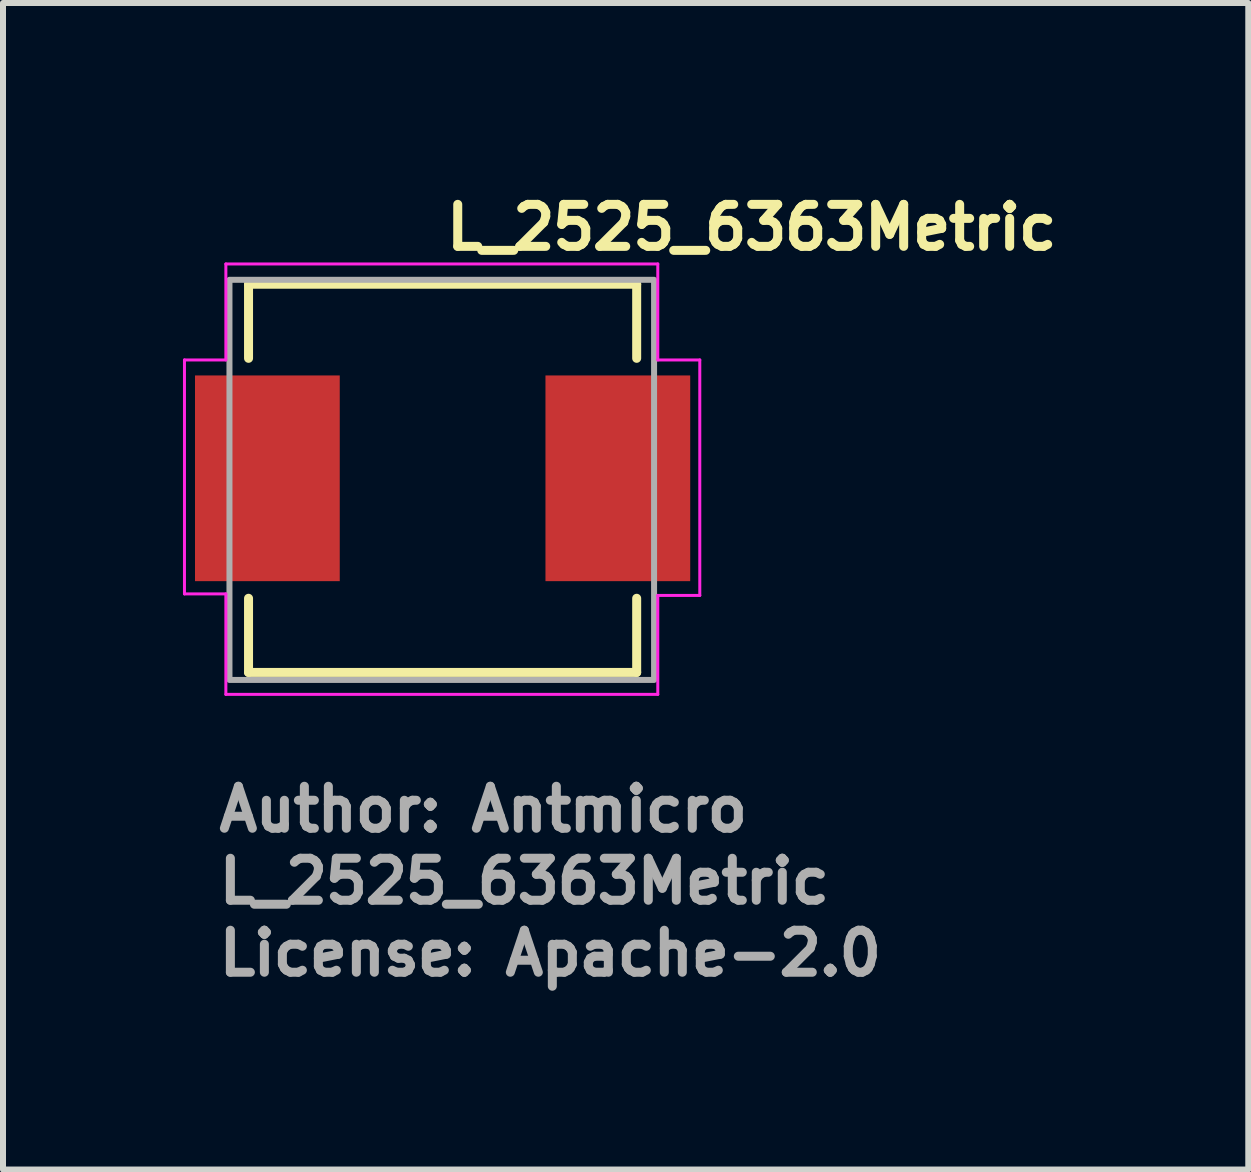
<source format=kicad_pcb>
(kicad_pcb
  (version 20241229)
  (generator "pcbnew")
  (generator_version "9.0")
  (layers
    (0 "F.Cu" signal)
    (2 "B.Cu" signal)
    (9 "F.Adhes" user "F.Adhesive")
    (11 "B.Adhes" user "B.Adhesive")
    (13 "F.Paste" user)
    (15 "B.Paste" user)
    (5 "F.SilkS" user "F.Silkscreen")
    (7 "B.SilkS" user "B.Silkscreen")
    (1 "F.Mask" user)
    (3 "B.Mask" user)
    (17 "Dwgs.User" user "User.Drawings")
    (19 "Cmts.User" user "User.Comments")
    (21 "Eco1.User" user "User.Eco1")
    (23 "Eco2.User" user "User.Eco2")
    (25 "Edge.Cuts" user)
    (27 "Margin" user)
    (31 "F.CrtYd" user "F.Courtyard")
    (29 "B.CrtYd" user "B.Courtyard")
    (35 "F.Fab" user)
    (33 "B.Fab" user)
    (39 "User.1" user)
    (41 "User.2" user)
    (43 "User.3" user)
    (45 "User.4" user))
  (footprint "L_2525_6363Metric"
    (layer "F.Cu")
    (at 4.315 4.95)
    (property "Reference" "L_2525_6363Metric" (at 0 -3.8 0) (layer "F.SilkS") (effects (font (size 0.7 0.7) (thickness 0.15)) (justify left bottom)))
    (attr smd)
    (fp_line (start -3.222 -3.262) (end -3.222 -2.027) (stroke (width 0.15) (type solid)) (layer "F.SilkS"))
    (fp_line (start -3.222 -3.262) (end 3.248 -3.262) (stroke (width 0.15) (type solid)) (layer "F.SilkS"))
    (fp_line (start -3.222 3.209) (end -3.222 1.973) (stroke (width 0.15) (type solid)) (layer "F.SilkS"))
    (fp_line (start 3.248 -3.262) (end 3.248 -2.027) (stroke (width 0.15) (type solid)) (layer "F.SilkS"))
    (fp_line (start 3.248 3.209) (end -3.222 3.209) (stroke (width 0.15) (type solid)) (layer "F.SilkS"))
    (fp_line (start 3.248 3.209) (end 3.248 1.973) (stroke (width 0.15) (type solid)) (layer "F.SilkS"))
    (fp_line (start -4.29 -2) (end -4.29 1.9) (stroke (width 0.05) (type solid)) (layer "F.CrtYd"))
    (fp_line (start -4.29 -2) (end -3.6 -2) (stroke (width 0.05) (type solid)) (layer "F.CrtYd"))
    (fp_line (start -4.29 1.9) (end -3.6 1.9) (stroke (width 0.05) (type solid)) (layer "F.CrtYd"))
    (fp_line (start -3.6 -2) (end -3.6 -3.6) (stroke (width 0.05) (type solid)) (layer "F.CrtYd"))
    (fp_line (start -3.6 1.9) (end -3.6 3.575) (stroke (width 0.05) (type solid)) (layer "F.CrtYd"))
    (fp_line (start 3.6 -3.6) (end -3.6 -3.6) (stroke (width 0.05) (type solid)) (layer "F.CrtYd"))
    (fp_line (start 3.6 -2) (end 3.6 -3.6) (stroke (width 0.05) (type solid)) (layer "F.CrtYd"))
    (fp_line (start 3.6 1.925) (end 3.6 3.575) (stroke (width 0.05) (type solid)) (layer "F.CrtYd"))
    (fp_line (start 3.6 3.575) (end -3.6 3.575) (stroke (width 0.05) (type solid)) (layer "F.CrtYd"))
    (fp_line (start 4.3 -2) (end 3.6 -2) (stroke (width 0.05) (type solid)) (layer "F.CrtYd"))
    (fp_line (start 4.3 1.925) (end 3.6 1.925) (stroke (width 0.05) (type solid)) (layer "F.CrtYd"))
    (fp_line (start 4.3 1.925) (end 4.3 -2) (stroke (width 0.05) (type solid)) (layer "F.CrtYd"))
    (fp_rect (start -3.54 -3.336) (end 3.538 3.334) (stroke (width 0.1) (type solid)) (fill no) (layer "F.Fab"))
    (fp_rect (start -3.54 -3.336) (end 3.538 3.334) (stroke (width 0.1) (type solid)) (fill no) (layer "User.5"))
    (fp_line (start -3.54 -2.286) (end -3.54 2.285) (stroke (width 0.02) (type solid)) (layer "User.9"))
    (fp_line (start -3.54 2.285) (end -3.335 2.285) (stroke (width 0.02) (type solid)) (layer "User.9"))
    (fp_line (start -3.336 -2.711) (end -3.336 -2.286) (stroke (width 0.02) (type solid)) (layer "User.9"))
    (fp_line (start -3.336 2.285) (end -3.336 2.709) (stroke (width 0.02) (type solid)) (layer "User.9"))
    (fp_line (start -3.336 2.709) (end -3.335 2.741) (stroke (width 0.02) (type solid)) (layer "User.9"))
    (fp_line (start -3.335 -2.742) (end -3.336 -2.711) (stroke (width 0.02) (type solid)) (layer "User.9"))
    (fp_line (start -3.335 -2.286) (end -3.54 -2.286) (stroke (width 0.02) (type solid)) (layer "User.9"))
    (fp_line (start -3.335 2.741) (end -3.332 2.77) (stroke (width 0.02) (type solid)) (layer "User.9"))
    (fp_line (start -3.332 -2.773) (end -3.335 -2.742) (stroke (width 0.02) (type solid)) (layer "User.9"))
    (fp_line (start -3.332 2.77) (end -3.33 2.801) (stroke (width 0.02) (type solid)) (layer "User.9"))
    (fp_line (start -3.33 -2.803) (end -3.332 -2.773) (stroke (width 0.02) (type solid)) (layer "User.9"))
    (fp_line (start -3.33 2.801) (end -3.323 2.831) (stroke (width 0.02) (type solid)) (layer "User.9"))
    (fp_line (start -3.323 -2.834) (end -3.33 -2.803) (stroke (width 0.02) (type solid)) (layer "User.9"))
    (fp_line (start -3.323 2.831) (end -3.318 2.862) (stroke (width 0.02) (type solid)) (layer "User.9"))
    (fp_line (start -3.318 -2.863) (end -3.323 -2.834) (stroke (width 0.02) (type solid)) (layer "User.9"))
    (fp_line (start -3.318 2.862) (end -3.31 2.89) (stroke (width 0.02) (type solid)) (layer "User.9"))
    (fp_line (start -3.31 -2.892) (end -3.318 -2.863) (stroke (width 0.02) (type solid)) (layer "User.9"))
    (fp_line (start -3.31 2.89) (end -3.299 2.919) (stroke (width 0.02) (type solid)) (layer "User.9"))
    (fp_line (start -3.303 0.38) (end -3.303 -0.381) (stroke (width 0.02) (type solid)) (layer "User.9"))
    (fp_line (start -3.303 0.38) (end -3.082 0.38) (stroke (width 0.02) (type solid)) (layer "User.9"))
    (fp_line (start -3.299 -2.922) (end -3.31 -2.892) (stroke (width 0.02) (type solid)) (layer "User.9"))
    (fp_line (start -3.299 2.919) (end -3.289 2.948) (stroke (width 0.02) (type solid)) (layer "User.9"))
    (fp_line (start -3.289 -2.951) (end -3.299 -2.922) (stroke (width 0.02) (type solid)) (layer "User.9"))
    (fp_line (start -3.289 2.948) (end -3.277 2.976) (stroke (width 0.02) (type solid)) (layer "User.9"))
    (fp_line (start -3.277 -2.979) (end -3.289 -2.951) (stroke (width 0.02) (type solid)) (layer "User.9"))
    (fp_line (start -3.277 2.976) (end -3.262 3.003) (stroke (width 0.02) (type solid)) (layer "User.9"))
    (fp_line (start -3.262 -3.005) (end -3.277 -2.979) (stroke (width 0.02) (type solid)) (layer "User.9"))
    (fp_line (start -3.262 3.003) (end -3.247 3.03) (stroke (width 0.02) (type solid)) (layer "User.9"))
    (fp_line (start -3.247 -3.032) (end -3.262 -3.005) (stroke (width 0.02) (type solid)) (layer "User.9"))
    (fp_line (start -3.247 3.03) (end -3.231 3.055) (stroke (width 0.02) (type solid)) (layer "User.9"))
    (fp_line (start -3.231 -3.057) (end -3.247 -3.032) (stroke (width 0.02) (type solid)) (layer "User.9"))
    (fp_line (start -3.231 3.055) (end -3.214 3.08) (stroke (width 0.02) (type solid)) (layer "User.9"))
    (fp_line (start -3.214 -3.082) (end -3.231 -3.057) (stroke (width 0.02) (type solid)) (layer "User.9"))
    (fp_line (start -3.214 3.08) (end -3.194 3.105) (stroke (width 0.02) (type solid)) (layer "User.9"))
    (fp_line (start -3.194 -3.108) (end -3.214 -3.082) (stroke (width 0.02) (type solid)) (layer "User.9"))
    (fp_line (start -3.194 3.105) (end -3.174 3.128) (stroke (width 0.02) (type solid)) (layer "User.9"))
    (fp_line (start -3.174 -3.13) (end -3.194 -3.108) (stroke (width 0.02) (type solid)) (layer "User.9"))
    (fp_line (start -3.174 3.128) (end -3.153 3.152) (stroke (width 0.02) (type solid)) (layer "User.9"))
    (fp_line (start -3.153 -3.153) (end -3.174 -3.13) (stroke (width 0.02) (type solid)) (layer "User.9"))
    (fp_line (start -3.153 -3.153) (end -3.153 -3.153) (stroke (width 0.02) (type solid)) (layer "User.9"))
    (fp_line (start -3.153 3.152) (end -3.153 3.152) (stroke (width 0.02) (type solid)) (layer "User.9"))
    (fp_line (start -3.153 3.152) (end -3.13 3.172) (stroke (width 0.02) (type solid)) (layer "User.9"))
    (fp_line (start -3.13 -3.174) (end -3.153 -3.153) (stroke (width 0.02) (type solid)) (layer "User.9"))
    (fp_line (start -3.13 3.172) (end -3.108 3.192) (stroke (width 0.02) (type solid)) (layer "User.9"))
    (fp_line (start -3.108 -3.194) (end -3.13 -3.174) (stroke (width 0.02) (type solid)) (layer "User.9"))
    (fp_line (start -3.108 3.192) (end -3.082 3.212) (stroke (width 0.02) (type solid)) (layer "User.9"))
    (fp_line (start -3.082 -3.214) (end -3.108 -3.194) (stroke (width 0.02) (type solid)) (layer "User.9"))
    (fp_line (start -3.082 -2.65) (end -3.081 -2.681) (stroke (width 0.02) (type solid)) (layer "User.9"))
    (fp_line (start -3.082 -2.286) (end -3.335 -2.286) (stroke (width 0.02) (type solid)) (layer "User.9"))
    (fp_line (start -3.082 -0.381) (end -3.303 -0.381) (stroke (width 0.02) (type solid)) (layer "User.9"))
    (fp_line (start -3.082 2.285) (end -3.335 2.285) (stroke (width 0.02) (type solid)) (layer "User.9"))
    (fp_line (start -3.082 2.648) (end -3.082 -2.65) (stroke (width 0.02) (type solid)) (layer "User.9"))
    (fp_line (start -3.082 3.212) (end -3.057 3.229) (stroke (width 0.02) (type solid)) (layer "User.9"))
    (fp_line (start -3.081 -2.681) (end -3.078 -2.713) (stroke (width 0.02) (type solid)) (layer "User.9"))
    (fp_line (start -3.081 2.68) (end -3.082 2.648) (stroke (width 0.02) (type solid)) (layer "User.9"))
    (fp_line (start -3.078 -2.713) (end -3.076 -2.743) (stroke (width 0.02) (type solid)) (layer "User.9"))
    (fp_line (start -3.078 2.71) (end -3.081 2.68) (stroke (width 0.02) (type solid)) (layer "User.9"))
    (fp_line (start -3.076 -2.743) (end -3.069 -2.774) (stroke (width 0.02) (type solid)) (layer "User.9"))
    (fp_line (start -3.076 2.741) (end -3.078 2.71) (stroke (width 0.02) (type solid)) (layer "User.9"))
    (fp_line (start -3.069 -2.774) (end -3.063 -2.806) (stroke (width 0.02) (type solid)) (layer "User.9"))
    (fp_line (start -3.069 2.773) (end -3.076 2.741) (stroke (width 0.02) (type solid)) (layer "User.9"))
    (fp_line (start -3.063 -2.806) (end -3.055 -2.835) (stroke (width 0.02) (type solid)) (layer "User.9"))
    (fp_line (start -3.063 2.804) (end -3.069 2.773) (stroke (width 0.02) (type solid)) (layer "User.9"))
    (fp_line (start -3.057 -3.231) (end -3.082 -3.214) (stroke (width 0.02) (type solid)) (layer "User.9"))
    (fp_line (start -3.057 3.229) (end -3.032 3.245) (stroke (width 0.02) (type solid)) (layer "User.9"))
    (fp_line (start -3.055 -2.835) (end -3.044 -2.864) (stroke (width 0.02) (type solid)) (layer "User.9"))
    (fp_line (start -3.055 2.833) (end -3.063 2.804) (stroke (width 0.02) (type solid)) (layer "User.9"))
    (fp_line (start -3.044 -2.864) (end -3.033 -2.894) (stroke (width 0.02) (type solid)) (layer "User.9"))
    (fp_line (start -3.044 2.862) (end -3.055 2.833) (stroke (width 0.02) (type solid)) (layer "User.9"))
    (fp_line (start -3.033 -2.894) (end -3.021 -2.922) (stroke (width 0.02) (type solid)) (layer "User.9"))
    (fp_line (start -3.033 2.891) (end -3.044 2.862) (stroke (width 0.02) (type solid)) (layer "User.9"))
    (fp_line (start -3.032 -3.247) (end -3.057 -3.231) (stroke (width 0.02) (type solid)) (layer "User.9"))
    (fp_line (start -3.032 3.245) (end -3.005 3.261) (stroke (width 0.02) (type solid)) (layer "User.9"))
    (fp_line (start -3.021 -2.922) (end -3.008 -2.949) (stroke (width 0.02) (type solid)) (layer "User.9"))
    (fp_line (start -3.021 2.919) (end -3.033 2.891) (stroke (width 0.02) (type solid)) (layer "User.9"))
    (fp_line (start -3.008 -2.949) (end -2.992 -2.976) (stroke (width 0.02) (type solid)) (layer "User.9"))
    (fp_line (start -3.008 2.947) (end -3.021 2.919) (stroke (width 0.02) (type solid)) (layer "User.9"))
    (fp_line (start -3.005 -3.262) (end -3.032 -3.247) (stroke (width 0.02) (type solid)) (layer "User.9"))
    (fp_line (start -3.005 3.261) (end -2.979 3.274) (stroke (width 0.02) (type solid)) (layer "User.9"))
    (fp_line (start -2.992 -2.976) (end -2.976 -3.003) (stroke (width 0.02) (type solid)) (layer "User.9"))
    (fp_line (start -2.992 2.975) (end -3.008 2.947) (stroke (width 0.02) (type solid)) (layer "User.9"))
    (fp_line (start -2.979 -3.277) (end -3.005 -3.262) (stroke (width 0.02) (type solid)) (layer "User.9"))
    (fp_line (start -2.979 3.274) (end -2.951 3.286) (stroke (width 0.02) (type solid)) (layer "User.9"))
    (fp_line (start -2.976 -3.003) (end -2.957 -3.028) (stroke (width 0.02) (type solid)) (layer "User.9"))
    (fp_line (start -2.976 3) (end -2.992 2.975) (stroke (width 0.02) (type solid)) (layer "User.9"))
    (fp_line (start -2.957 -3.028) (end -2.939 -3.052) (stroke (width 0.02) (type solid)) (layer "User.9"))
    (fp_line (start -2.957 3.027) (end -2.976 3) (stroke (width 0.02) (type solid)) (layer "User.9"))
    (fp_line (start -2.951 -3.289) (end -2.979 -3.277) (stroke (width 0.02) (type solid)) (layer "User.9"))
    (fp_line (start -2.951 3.286) (end -2.922 3.297) (stroke (width 0.02) (type solid)) (layer "User.9"))
    (fp_line (start -2.939 -3.052) (end -2.918 -3.077) (stroke (width 0.02) (type solid)) (layer "User.9"))
    (fp_line (start -2.939 3.051) (end -2.957 3.027) (stroke (width 0.02) (type solid)) (layer "User.9"))
    (fp_line (start -2.922 -3.299) (end -2.951 -3.289) (stroke (width 0.02) (type solid)) (layer "User.9"))
    (fp_line (start -2.922 3.297) (end -2.892 3.308) (stroke (width 0.02) (type solid)) (layer "User.9"))
    (fp_line (start -2.918 -3.077) (end -2.896 -3.1) (stroke (width 0.02) (type solid)) (layer "User.9"))
    (fp_line (start -2.918 3.075) (end -2.939 3.051) (stroke (width 0.02) (type solid)) (layer "User.9"))
    (fp_line (start -2.896 -3.1) (end -2.896 -3.1) (stroke (width 0.02) (type solid)) (layer "User.9"))
    (fp_line (start -2.896 -3.1) (end -2.874 -3.121) (stroke (width 0.02) (type solid)) (layer "User.9"))
    (fp_line (start -2.896 3.097) (end -2.918 3.075) (stroke (width 0.02) (type solid)) (layer "User.9"))
    (fp_line (start -2.896 3.097) (end -2.896 3.097) (stroke (width 0.02) (type solid)) (layer "User.9"))
    (fp_line (start -2.892 -3.31) (end -2.922 -3.299) (stroke (width 0.02) (type solid)) (layer "User.9"))
    (fp_line (start -2.892 3.308) (end -2.863 3.316) (stroke (width 0.02) (type solid)) (layer "User.9"))
    (fp_line (start -2.874 -3.121) (end -2.85 -3.141) (stroke (width 0.02) (type solid)) (layer "User.9"))
    (fp_line (start -2.874 3.119) (end -2.896 3.097) (stroke (width 0.02) (type solid)) (layer "User.9"))
    (fp_line (start -2.863 -3.318) (end -2.892 -3.31) (stroke (width 0.02) (type solid)) (layer "User.9"))
    (fp_line (start -2.863 3.316) (end -2.834 3.321) (stroke (width 0.02) (type solid)) (layer "User.9"))
    (fp_line (start -2.85 -3.141) (end -2.824 -3.161) (stroke (width 0.02) (type solid)) (layer "User.9"))
    (fp_line (start -2.85 3.14) (end -2.874 3.119) (stroke (width 0.02) (type solid)) (layer "User.9"))
    (fp_line (start -2.834 -3.323) (end -2.863 -3.318) (stroke (width 0.02) (type solid)) (layer "User.9"))
    (fp_line (start -2.834 3.321) (end -2.803 3.328) (stroke (width 0.02) (type solid)) (layer "User.9"))
    (fp_line (start -2.824 -3.161) (end -2.799 -3.178) (stroke (width 0.02) (type solid)) (layer "User.9"))
    (fp_line (start -2.824 3.159) (end -2.85 3.14) (stroke (width 0.02) (type solid)) (layer "User.9"))
    (fp_line (start -2.803 -3.33) (end -2.834 -3.323) (stroke (width 0.02) (type solid)) (layer "User.9"))
    (fp_line (start -2.803 3.328) (end -2.773 3.33) (stroke (width 0.02) (type solid)) (layer "User.9"))
    (fp_line (start -2.799 -3.178) (end -2.774 -3.196) (stroke (width 0.02) (type solid)) (layer "User.9"))
    (fp_line (start -2.799 3.176) (end -2.824 3.159) (stroke (width 0.02) (type solid)) (layer "User.9"))
    (fp_line (start -2.774 -3.196) (end -2.746 -3.21) (stroke (width 0.02) (type solid)) (layer "User.9"))
    (fp_line (start -2.774 3.193) (end -2.799 3.176) (stroke (width 0.02) (type solid)) (layer "User.9"))
    (fp_line (start -2.773 -3.332) (end -2.803 -3.33) (stroke (width 0.02) (type solid)) (layer "User.9"))
    (fp_line (start -2.773 3.33) (end -2.742 3.334) (stroke (width 0.02) (type solid)) (layer "User.9"))
    (fp_line (start -2.746 -3.21) (end -2.718 -3.225) (stroke (width 0.02) (type solid)) (layer "User.9"))
    (fp_line (start -2.746 3.209) (end -2.774 3.193) (stroke (width 0.02) (type solid)) (layer "User.9"))
    (fp_line (start -2.742 -3.335) (end -2.773 -3.332) (stroke (width 0.02) (type solid)) (layer "User.9"))
    (fp_line (start -2.742 3.334) (end -2.711 3.334) (stroke (width 0.02) (type solid)) (layer "User.9"))
    (fp_line (start -2.718 -3.225) (end -2.69 -3.237) (stroke (width 0.02) (type solid)) (layer "User.9"))
    (fp_line (start -2.718 3.222) (end -2.746 3.209) (stroke (width 0.02) (type solid)) (layer "User.9"))
    (fp_line (start -2.711 -3.336) (end -2.742 -3.335) (stroke (width 0.02) (type solid)) (layer "User.9"))
    (fp_line (start -2.711 3.334) (end 2.709 3.334) (stroke (width 0.02) (type solid)) (layer "User.9"))
    (fp_line (start -2.69 -3.237) (end -2.661 -3.249) (stroke (width 0.02) (type solid)) (layer "User.9"))
    (fp_line (start -2.69 3.234) (end -2.718 3.222) (stroke (width 0.02) (type solid)) (layer "User.9"))
    (fp_line (start -2.661 -3.249) (end -2.632 -3.258) (stroke (width 0.02) (type solid)) (layer "User.9"))
    (fp_line (start -2.661 3.246) (end -2.69 3.234) (stroke (width 0.02) (type solid)) (layer "User.9"))
    (fp_line (start -2.632 -3.258) (end -2.601 -3.266) (stroke (width 0.02) (type solid)) (layer "User.9"))
    (fp_line (start -2.632 3.256) (end -2.661 3.246) (stroke (width 0.02) (type solid)) (layer "User.9"))
    (fp_line (start -2.601 -3.266) (end -2.572 -3.273) (stroke (width 0.02) (type solid)) (layer "User.9"))
    (fp_line (start -2.601 3.265) (end -2.632 3.256) (stroke (width 0.02) (type solid)) (layer "User.9"))
    (fp_line (start -2.572 -3.273) (end -2.54 -3.278) (stroke (width 0.02) (type solid)) (layer "User.9"))
    (fp_line (start -2.572 3.27) (end -2.601 3.265) (stroke (width 0.02) (type solid)) (layer "User.9"))
    (fp_line (start -2.54 -3.278) (end -2.509 -3.282) (stroke (width 0.02) (type solid)) (layer "User.9"))
    (fp_line (start -2.54 3.277) (end -2.572 3.27) (stroke (width 0.02) (type solid)) (layer "User.9"))
    (fp_line (start -2.509 -3.282) (end -2.479 -3.285) (stroke (width 0.02) (type solid)) (layer "User.9"))
    (fp_line (start -2.509 3.281) (end -2.54 3.277) (stroke (width 0.02) (type solid)) (layer "User.9"))
    (fp_line (start -2.479 -3.285) (end -2.448 -3.286) (stroke (width 0.02) (type solid)) (layer "User.9"))
    (fp_line (start -2.479 3.282) (end -2.509 3.281) (stroke (width 0.02) (type solid)) (layer "User.9"))
    (fp_line (start -2.448 -3.286) (end 2.446 -3.286) (stroke (width 0.02) (type solid)) (layer "User.9"))
    (fp_line (start -2.448 3.284) (end -2.479 3.282) (stroke (width 0.02) (type solid)) (layer "User.9"))
    (fp_line (start 2.446 -3.286) (end 2.476 -3.285) (stroke (width 0.02) (type solid)) (layer "User.9"))
    (fp_line (start 2.446 3.284) (end -2.448 3.284) (stroke (width 0.02) (type solid)) (layer "User.9"))
    (fp_line (start 2.476 -3.285) (end 2.507 -3.282) (stroke (width 0.02) (type solid)) (layer "User.9"))
    (fp_line (start 2.476 3.282) (end 2.446 3.284) (stroke (width 0.02) (type solid)) (layer "User.9"))
    (fp_line (start 2.507 -3.282) (end 2.539 -3.278) (stroke (width 0.02) (type solid)) (layer "User.9"))
    (fp_line (start 2.507 3.281) (end 2.476 3.282) (stroke (width 0.02) (type solid)) (layer "User.9"))
    (fp_line (start 2.539 -3.278) (end 2.569 -3.273) (stroke (width 0.02) (type solid)) (layer "User.9"))
    (fp_line (start 2.539 3.277) (end 2.507 3.281) (stroke (width 0.02) (type solid)) (layer "User.9"))
    (fp_line (start 2.569 -3.273) (end 2.6 -3.266) (stroke (width 0.02) (type solid)) (layer "User.9"))
    (fp_line (start 2.569 3.27) (end 2.539 3.277) (stroke (width 0.02) (type solid)) (layer "User.9"))
    (fp_line (start 2.6 -3.266) (end 2.629 -3.258) (stroke (width 0.02) (type solid)) (layer "User.9"))
    (fp_line (start 2.6 3.265) (end 2.569 3.27) (stroke (width 0.02) (type solid)) (layer "User.9"))
    (fp_line (start 2.629 -3.258) (end 2.66 -3.249) (stroke (width 0.02) (type solid)) (layer "User.9"))
    (fp_line (start 2.629 3.256) (end 2.6 3.265) (stroke (width 0.02) (type solid)) (layer "User.9"))
    (fp_line (start 2.66 -3.249) (end 2.689 -3.237) (stroke (width 0.02) (type solid)) (layer "User.9"))
    (fp_line (start 2.66 3.246) (end 2.629 3.256) (stroke (width 0.02) (type solid)) (layer "User.9"))
    (fp_line (start 2.689 -3.237) (end 2.717 -3.225) (stroke (width 0.02) (type solid)) (layer "User.9"))
    (fp_line (start 2.689 3.234) (end 2.66 3.246) (stroke (width 0.02) (type solid)) (layer "User.9"))
    (fp_line (start 2.709 -3.336) (end -2.711 -3.336) (stroke (width 0.02) (type solid)) (layer "User.9"))
    (fp_line (start 2.709 3.334) (end 2.741 3.334) (stroke (width 0.02) (type solid)) (layer "User.9"))
    (fp_line (start 2.717 -3.225) (end 2.745 -3.21) (stroke (width 0.02) (type solid)) (layer "User.9"))
    (fp_line (start 2.717 3.222) (end 2.689 3.234) (stroke (width 0.02) (type solid)) (layer "User.9"))
    (fp_line (start 2.741 -3.335) (end 2.709 -3.336) (stroke (width 0.02) (type solid)) (layer "User.9"))
    (fp_line (start 2.741 3.334) (end 2.77 3.33) (stroke (width 0.02) (type solid)) (layer "User.9"))
    (fp_line (start 2.745 -3.21) (end 2.772 -3.196) (stroke (width 0.02) (type solid)) (layer "User.9"))
    (fp_line (start 2.745 3.209) (end 2.717 3.222) (stroke (width 0.02) (type solid)) (layer "User.9"))
    (fp_line (start 2.77 -3.332) (end 2.741 -3.335) (stroke (width 0.02) (type solid)) (layer "User.9"))
    (fp_line (start 2.77 3.33) (end 2.801 3.328) (stroke (width 0.02) (type solid)) (layer "User.9"))
    (fp_line (start 2.772 -3.196) (end 2.797 -3.178) (stroke (width 0.02) (type solid)) (layer "User.9"))
    (fp_line (start 2.772 3.193) (end 2.745 3.209) (stroke (width 0.02) (type solid)) (layer "User.9"))
    (fp_line (start 2.797 -3.178) (end 2.822 -3.161) (stroke (width 0.02) (type solid)) (layer "User.9"))
    (fp_line (start 2.797 3.176) (end 2.772 3.193) (stroke (width 0.02) (type solid)) (layer "User.9"))
    (fp_line (start 2.801 -3.33) (end 2.77 -3.332) (stroke (width 0.02) (type solid)) (layer "User.9"))
    (fp_line (start 2.801 3.328) (end 2.831 3.321) (stroke (width 0.02) (type solid)) (layer "User.9"))
    (fp_line (start 2.822 -3.161) (end 2.847 -3.141) (stroke (width 0.02) (type solid)) (layer "User.9"))
    (fp_line (start 2.822 3.159) (end 2.797 3.176) (stroke (width 0.02) (type solid)) (layer "User.9"))
    (fp_line (start 2.831 -3.323) (end 2.801 -3.33) (stroke (width 0.02) (type solid)) (layer "User.9"))
    (fp_line (start 2.831 3.321) (end 2.862 3.316) (stroke (width 0.02) (type solid)) (layer "User.9"))
    (fp_line (start 2.847 -3.141) (end 2.871 -3.121) (stroke (width 0.02) (type solid)) (layer "User.9"))
    (fp_line (start 2.847 3.14) (end 2.822 3.159) (stroke (width 0.02) (type solid)) (layer "User.9"))
    (fp_line (start 2.862 -3.318) (end 2.831 -3.323) (stroke (width 0.02) (type solid)) (layer "User.9"))
    (fp_line (start 2.862 3.316) (end 2.89 3.308) (stroke (width 0.02) (type solid)) (layer "User.9"))
    (fp_line (start 2.871 -3.121) (end 2.894 -3.1) (stroke (width 0.02) (type solid)) (layer "User.9"))
    (fp_line (start 2.871 3.119) (end 2.847 3.14) (stroke (width 0.02) (type solid)) (layer "User.9"))
    (fp_line (start 2.89 -3.31) (end 2.862 -3.318) (stroke (width 0.02) (type solid)) (layer "User.9"))
    (fp_line (start 2.89 3.308) (end 2.919 3.297) (stroke (width 0.02) (type solid)) (layer "User.9"))
    (fp_line (start 2.894 -3.1) (end 2.894 -3.1) (stroke (width 0.02) (type solid)) (layer "User.9"))
    (fp_line (start 2.894 -3.1) (end 2.915 -3.077) (stroke (width 0.02) (type solid)) (layer "User.9"))
    (fp_line (start 2.894 3.097) (end 2.871 3.119) (stroke (width 0.02) (type solid)) (layer "User.9"))
    (fp_line (start 2.894 3.097) (end 2.894 3.097) (stroke (width 0.02) (type solid)) (layer "User.9"))
    (fp_line (start 2.915 -3.077) (end 2.937 -3.052) (stroke (width 0.02) (type solid)) (layer "User.9"))
    (fp_line (start 2.915 3.075) (end 2.894 3.097) (stroke (width 0.02) (type solid)) (layer "User.9"))
    (fp_line (start 2.919 -3.299) (end 2.89 -3.31) (stroke (width 0.02) (type solid)) (layer "User.9"))
    (fp_line (start 2.919 3.297) (end 2.948 3.286) (stroke (width 0.02) (type solid)) (layer "User.9"))
    (fp_line (start 2.937 -3.052) (end 2.955 -3.028) (stroke (width 0.02) (type solid)) (layer "User.9"))
    (fp_line (start 2.937 3.051) (end 2.915 3.075) (stroke (width 0.02) (type solid)) (layer "User.9"))
    (fp_line (start 2.948 -3.289) (end 2.919 -3.299) (stroke (width 0.02) (type solid)) (layer "User.9"))
    (fp_line (start 2.948 3.286) (end 2.976 3.274) (stroke (width 0.02) (type solid)) (layer "User.9"))
    (fp_line (start 2.955 -3.028) (end 2.974 -3.003) (stroke (width 0.02) (type solid)) (layer "User.9"))
    (fp_line (start 2.955 3.027) (end 2.937 3.051) (stroke (width 0.02) (type solid)) (layer "User.9"))
    (fp_line (start 2.974 -3.003) (end 2.99 -2.976) (stroke (width 0.02) (type solid)) (layer "User.9"))
    (fp_line (start 2.974 3) (end 2.955 3.027) (stroke (width 0.02) (type solid)) (layer "User.9"))
    (fp_line (start 2.976 -3.277) (end 2.948 -3.289) (stroke (width 0.02) (type solid)) (layer "User.9"))
    (fp_line (start 2.976 3.274) (end 3.003 3.261) (stroke (width 0.02) (type solid)) (layer "User.9"))
    (fp_line (start 2.99 -2.976) (end 3.006 -2.949) (stroke (width 0.02) (type solid)) (layer "User.9"))
    (fp_line (start 2.99 2.975) (end 2.974 3) (stroke (width 0.02) (type solid)) (layer "User.9"))
    (fp_line (start 3.003 -3.262) (end 2.976 -3.277) (stroke (width 0.02) (type solid)) (layer "User.9"))
    (fp_line (start 3.003 3.261) (end 3.03 3.245) (stroke (width 0.02) (type solid)) (layer "User.9"))
    (fp_line (start 3.006 -2.949) (end 3.019 -2.922) (stroke (width 0.02) (type solid)) (layer "User.9"))
    (fp_line (start 3.006 2.947) (end 2.99 2.975) (stroke (width 0.02) (type solid)) (layer "User.9"))
    (fp_line (start 3.019 -2.922) (end 3.031 -2.894) (stroke (width 0.02) (type solid)) (layer "User.9"))
    (fp_line (start 3.019 2.919) (end 3.006 2.947) (stroke (width 0.02) (type solid)) (layer "User.9"))
    (fp_line (start 3.03 -3.247) (end 3.003 -3.262) (stroke (width 0.02) (type solid)) (layer "User.9"))
    (fp_line (start 3.03 3.245) (end 3.055 3.229) (stroke (width 0.02) (type solid)) (layer "User.9"))
    (fp_line (start 3.031 -2.894) (end 3.043 -2.864) (stroke (width 0.02) (type solid)) (layer "User.9"))
    (fp_line (start 3.031 2.891) (end 3.019 2.919) (stroke (width 0.02) (type solid)) (layer "User.9"))
    (fp_line (start 3.043 -2.864) (end 3.052 -2.835) (stroke (width 0.02) (type solid)) (layer "User.9"))
    (fp_line (start 3.043 2.862) (end 3.031 2.891) (stroke (width 0.02) (type solid)) (layer "User.9"))
    (fp_line (start 3.052 -2.835) (end 3.06 -2.806) (stroke (width 0.02) (type solid)) (layer "User.9"))
    (fp_line (start 3.052 2.833) (end 3.043 2.862) (stroke (width 0.02) (type solid)) (layer "User.9"))
    (fp_line (start 3.055 -3.231) (end 3.03 -3.247) (stroke (width 0.02) (type solid)) (layer "User.9"))
    (fp_line (start 3.055 3.229) (end 3.08 3.212) (stroke (width 0.02) (type solid)) (layer "User.9"))
    (fp_line (start 3.06 -2.806) (end 3.067 -2.774) (stroke (width 0.02) (type solid)) (layer "User.9"))
    (fp_line (start 3.06 2.804) (end 3.052 2.833) (stroke (width 0.02) (type solid)) (layer "User.9"))
    (fp_line (start 3.067 -2.774) (end 3.073 -2.743) (stroke (width 0.02) (type solid)) (layer "User.9"))
    (fp_line (start 3.067 2.773) (end 3.06 2.804) (stroke (width 0.02) (type solid)) (layer "User.9"))
    (fp_line (start 3.073 -2.743) (end 3.076 -2.713) (stroke (width 0.02) (type solid)) (layer "User.9"))
    (fp_line (start 3.073 2.741) (end 3.067 2.773) (stroke (width 0.02) (type solid)) (layer "User.9"))
    (fp_line (start 3.076 -2.713) (end 3.08 -2.681) (stroke (width 0.02) (type solid)) (layer "User.9"))
    (fp_line (start 3.076 2.71) (end 3.073 2.741) (stroke (width 0.02) (type solid)) (layer "User.9"))
    (fp_line (start 3.08 -3.214) (end 3.055 -3.231) (stroke (width 0.02) (type solid)) (layer "User.9"))
    (fp_line (start 3.08 -2.681) (end 3.08 -2.65) (stroke (width 0.02) (type solid)) (layer "User.9"))
    (fp_line (start 3.08 -2.65) (end 3.08 2.648) (stroke (width 0.02) (type solid)) (layer "User.9"))
    (fp_line (start 3.08 -0.381) (end 3.301 -0.381) (stroke (width 0.02) (type solid)) (layer "User.9"))
    (fp_line (start 3.08 2.648) (end 3.08 2.68) (stroke (width 0.02) (type solid)) (layer "User.9"))
    (fp_line (start 3.08 2.68) (end 3.076 2.71) (stroke (width 0.02) (type solid)) (layer "User.9"))
    (fp_line (start 3.08 3.212) (end 3.105 3.192) (stroke (width 0.02) (type solid)) (layer "User.9"))
    (fp_line (start 3.105 -3.194) (end 3.08 -3.214) (stroke (width 0.02) (type solid)) (layer "User.9"))
    (fp_line (start 3.105 3.192) (end 3.128 3.172) (stroke (width 0.02) (type solid)) (layer "User.9"))
    (fp_line (start 3.128 -3.174) (end 3.105 -3.194) (stroke (width 0.02) (type solid)) (layer "User.9"))
    (fp_line (start 3.128 3.172) (end 3.152 3.152) (stroke (width 0.02) (type solid)) (layer "User.9"))
    (fp_line (start 3.152 -3.153) (end 3.128 -3.174) (stroke (width 0.02) (type solid)) (layer "User.9"))
    (fp_line (start 3.152 -3.153) (end 3.152 -3.153) (stroke (width 0.02) (type solid)) (layer "User.9"))
    (fp_line (start 3.152 3.152) (end 3.152 3.152) (stroke (width 0.02) (type solid)) (layer "User.9"))
    (fp_line (start 3.152 3.152) (end 3.172 3.128) (stroke (width 0.02) (type solid)) (layer "User.9"))
    (fp_line (start 3.172 -3.13) (end 3.152 -3.153) (stroke (width 0.02) (type solid)) (layer "User.9"))
    (fp_line (start 3.172 3.128) (end 3.192 3.105) (stroke (width 0.02) (type solid)) (layer "User.9"))
    (fp_line (start 3.192 -3.108) (end 3.172 -3.13) (stroke (width 0.02) (type solid)) (layer "User.9"))
    (fp_line (start 3.192 3.105) (end 3.212 3.08) (stroke (width 0.02) (type solid)) (layer "User.9"))
    (fp_line (start 3.212 -3.082) (end 3.192 -3.108) (stroke (width 0.02) (type solid)) (layer "User.9"))
    (fp_line (start 3.212 3.08) (end 3.229 3.055) (stroke (width 0.02) (type solid)) (layer "User.9"))
    (fp_line (start 3.229 -3.057) (end 3.212 -3.082) (stroke (width 0.02) (type solid)) (layer "User.9"))
    (fp_line (start 3.229 3.055) (end 3.245 3.03) (stroke (width 0.02) (type solid)) (layer "User.9"))
    (fp_line (start 3.245 -3.032) (end 3.229 -3.057) (stroke (width 0.02) (type solid)) (layer "User.9"))
    (fp_line (start 3.245 3.03) (end 3.261 3.003) (stroke (width 0.02) (type solid)) (layer "User.9"))
    (fp_line (start 3.261 -3.005) (end 3.245 -3.032) (stroke (width 0.02) (type solid)) (layer "User.9"))
    (fp_line (start 3.261 3.003) (end 3.274 2.976) (stroke (width 0.02) (type solid)) (layer "User.9"))
    (fp_line (start 3.274 -2.979) (end 3.261 -3.005) (stroke (width 0.02) (type solid)) (layer "User.9"))
    (fp_line (start 3.274 2.976) (end 3.286 2.948) (stroke (width 0.02) (type solid)) (layer "User.9"))
    (fp_line (start 3.286 -2.951) (end 3.274 -2.979) (stroke (width 0.02) (type solid)) (layer "User.9"))
    (fp_line (start 3.286 2.948) (end 3.297 2.919) (stroke (width 0.02) (type solid)) (layer "User.9"))
    (fp_line (start 3.297 -2.922) (end 3.286 -2.951) (stroke (width 0.02) (type solid)) (layer "User.9"))
    (fp_line (start 3.297 2.919) (end 3.308 2.89) (stroke (width 0.02) (type solid)) (layer "User.9"))
    (fp_line (start 3.301 0.38) (end 3.08 0.38) (stroke (width 0.02) (type solid)) (layer "User.9"))
    (fp_line (start 3.301 0.38) (end 3.301 -0.381) (stroke (width 0.02) (type solid)) (layer "User.9"))
    (fp_line (start 3.308 -2.892) (end 3.297 -2.922) (stroke (width 0.02) (type solid)) (layer "User.9"))
    (fp_line (start 3.308 2.89) (end 3.316 2.862) (stroke (width 0.02) (type solid)) (layer "User.9"))
    (fp_line (start 3.316 -2.863) (end 3.308 -2.892) (stroke (width 0.02) (type solid)) (layer "User.9"))
    (fp_line (start 3.316 2.862) (end 3.321 2.831) (stroke (width 0.02) (type solid)) (layer "User.9"))
    (fp_line (start 3.321 -2.834) (end 3.316 -2.863) (stroke (width 0.02) (type solid)) (layer "User.9"))
    (fp_line (start 3.321 2.831) (end 3.328 2.801) (stroke (width 0.02) (type solid)) (layer "User.9"))
    (fp_line (start 3.328 -2.803) (end 3.321 -2.834) (stroke (width 0.02) (type solid)) (layer "User.9"))
    (fp_line (start 3.328 2.801) (end 3.33 2.77) (stroke (width 0.02) (type solid)) (layer "User.9"))
    (fp_line (start 3.33 -2.773) (end 3.328 -2.803) (stroke (width 0.02) (type solid)) (layer "User.9"))
    (fp_line (start 3.33 2.77) (end 3.334 2.741) (stroke (width 0.02) (type solid)) (layer "User.9"))
    (fp_line (start 3.334 -2.742) (end 3.33 -2.773) (stroke (width 0.02) (type solid)) (layer "User.9"))
    (fp_line (start 3.334 -2.711) (end 3.334 -2.742) (stroke (width 0.02) (type solid)) (layer "User.9"))
    (fp_line (start 3.334 -2.286) (end 3.08 -2.286) (stroke (width 0.02) (type solid)) (layer "User.9"))
    (fp_line (start 3.334 -2.286) (end 3.334 -2.711) (stroke (width 0.02) (type solid)) (layer "User.9"))
    (fp_line (start 3.334 2.285) (end 3.08 2.285) (stroke (width 0.02) (type solid)) (layer "User.9"))
    (fp_line (start 3.334 2.285) (end 3.538 2.285) (stroke (width 0.02) (type solid)) (layer "User.9"))
    (fp_line (start 3.334 2.709) (end 3.334 2.285) (stroke (width 0.02) (type solid)) (layer "User.9"))
    (fp_line (start 3.334 2.741) (end 3.334 2.709) (stroke (width 0.02) (type solid)) (layer "User.9"))
    (fp_line (start 3.538 -2.286) (end 3.334 -2.286) (stroke (width 0.02) (type solid)) (layer "User.9"))
    (fp_line (start 3.538 2.285) (end 3.538 -2.286) (stroke (width 0.02) (type solid)) (layer "User.9"))
    (fp_text user "Author: Antmicro" (at -3.79 5.9 0) (layer "F.Fab") (effects (font (size 0.7 0.7) (thickness 0.15)) (justify left bottom)))
    (fp_text user "${REFERENCE}" (at -3.79 7.1 0) (layer "F.Fab") (effects (font (size 0.7 0.7) (thickness 0.15)) (justify left bottom)))
    (fp_text user "License: Apache-2.0" (at -3.79 8.3 0) (layer "F.Fab") (effects (font (size 0.7 0.7) (thickness 0.15)) (justify left bottom)))
    (pad "1" smd rect (at -2.908 -0.027 90) (size 3.429 2.413) (layers "F.Cu" "F.Mask" "F.Paste"))
    (pad "2" smd rect (at 2.934 -0.027 90) (size 3.429 2.413) (layers "F.Cu" "F.Mask" "F.Paste")))
  (gr_rect
    (start -3 -3)
    (end 17.758 16.445)
    (stroke (width 0.1) (type default))
    (fill no)
    (layer "Edge.Cuts")))
</source>
